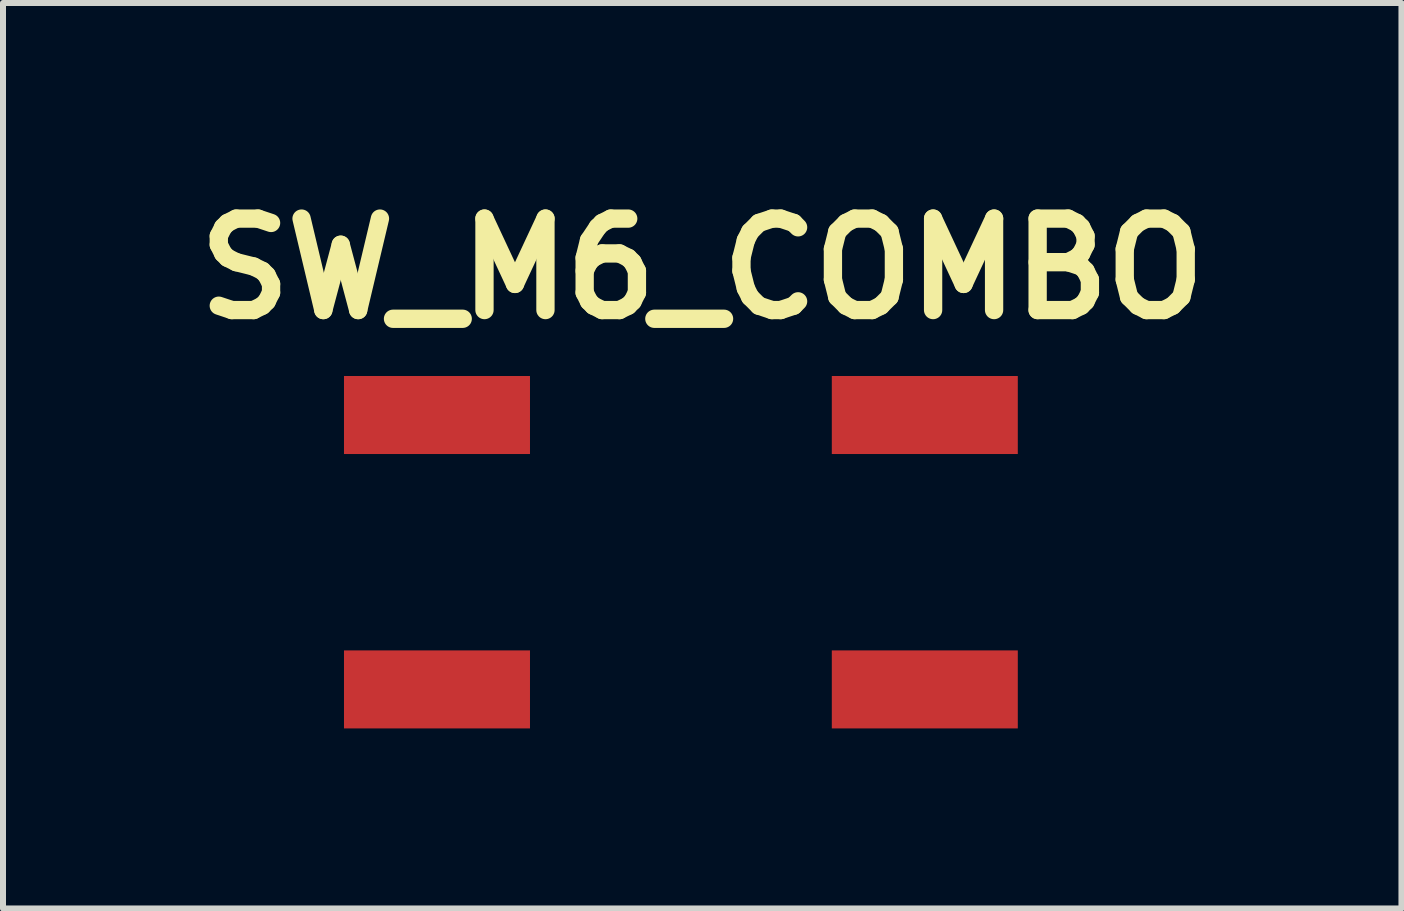
<source format=kicad_pcb>
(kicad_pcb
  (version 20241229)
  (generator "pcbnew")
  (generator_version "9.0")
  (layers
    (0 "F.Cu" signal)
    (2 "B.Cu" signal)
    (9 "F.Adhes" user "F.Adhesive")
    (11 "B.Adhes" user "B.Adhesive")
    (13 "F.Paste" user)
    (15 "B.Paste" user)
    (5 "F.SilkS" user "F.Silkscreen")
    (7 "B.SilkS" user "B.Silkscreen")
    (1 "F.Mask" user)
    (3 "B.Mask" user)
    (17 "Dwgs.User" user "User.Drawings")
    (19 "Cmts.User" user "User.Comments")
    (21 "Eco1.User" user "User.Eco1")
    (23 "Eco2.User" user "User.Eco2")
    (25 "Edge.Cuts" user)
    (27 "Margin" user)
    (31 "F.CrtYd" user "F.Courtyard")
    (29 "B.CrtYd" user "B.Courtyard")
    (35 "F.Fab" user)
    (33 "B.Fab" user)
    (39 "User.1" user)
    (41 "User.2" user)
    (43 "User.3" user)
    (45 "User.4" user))
  (footprint "SW_M6_COMBO"
    (layer "F.Cu")
    (at 8.295 6.151)
    (property "Reference" "SW_M6_COMBO" (at 0.356 -4.724 0) (layer "F.SilkS") (effects (font (size 1.524 1.524) (thickness 0.305))))
    (attr through_hole)
    (pad "1" smd rect (at -4.064 -2.286) (size 3.099 1.3) (layers "F.Cu" "F.Mask" "F.Paste"))
    (pad "1" smd rect (at 4.064 -2.286) (size 3.099 1.3) (layers "F.Cu" "F.Mask" "F.Paste"))
    (pad "2" smd rect (at -4.064 2.286) (size 3.099 1.3) (layers "F.Cu" "F.Mask" "F.Paste"))
    (pad "2" smd rect (at 4.064 2.286) (size 3.099 1.3) (layers "F.Cu" "F.Mask" "F.Paste")))
  (gr_rect
    (start -3 -3)
    (end 20.301 12.087)
    (stroke (width 0.1) (type default))
    (fill no)
    (layer "Edge.Cuts")))
</source>
